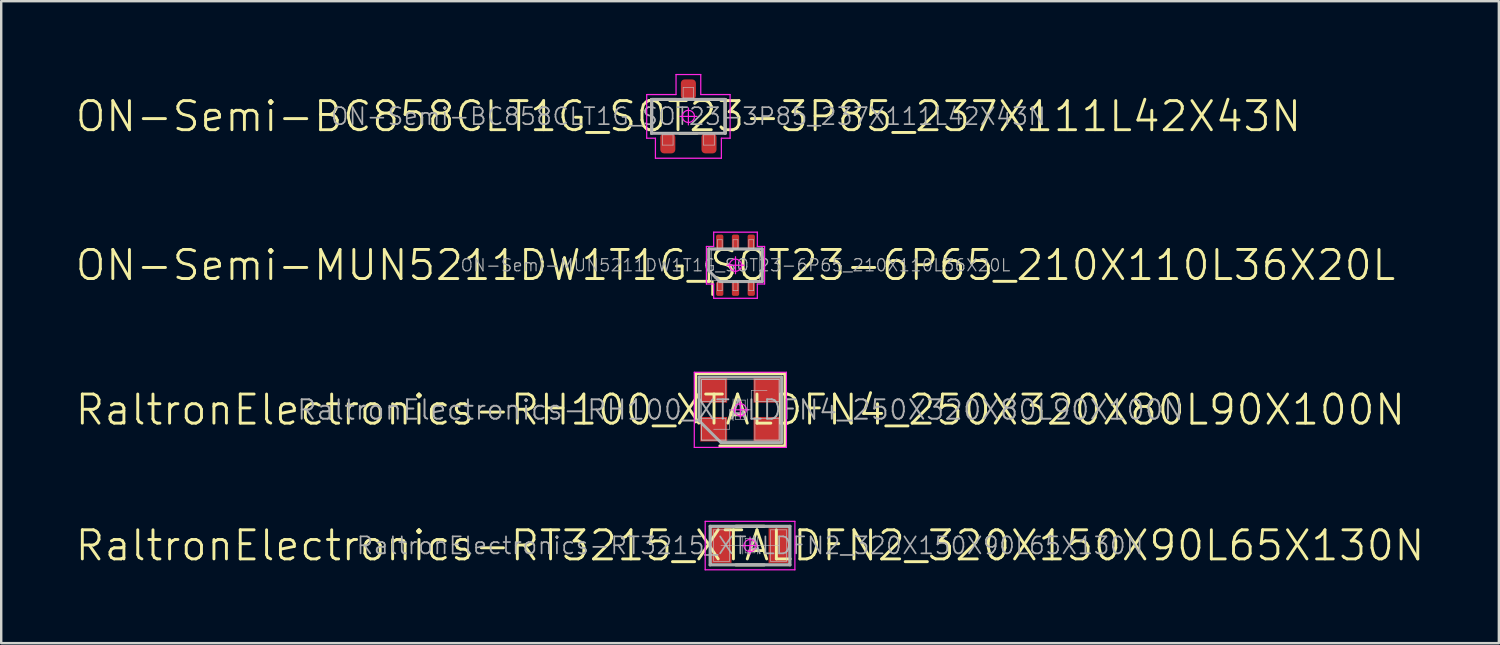
<source format=kicad_pcb>
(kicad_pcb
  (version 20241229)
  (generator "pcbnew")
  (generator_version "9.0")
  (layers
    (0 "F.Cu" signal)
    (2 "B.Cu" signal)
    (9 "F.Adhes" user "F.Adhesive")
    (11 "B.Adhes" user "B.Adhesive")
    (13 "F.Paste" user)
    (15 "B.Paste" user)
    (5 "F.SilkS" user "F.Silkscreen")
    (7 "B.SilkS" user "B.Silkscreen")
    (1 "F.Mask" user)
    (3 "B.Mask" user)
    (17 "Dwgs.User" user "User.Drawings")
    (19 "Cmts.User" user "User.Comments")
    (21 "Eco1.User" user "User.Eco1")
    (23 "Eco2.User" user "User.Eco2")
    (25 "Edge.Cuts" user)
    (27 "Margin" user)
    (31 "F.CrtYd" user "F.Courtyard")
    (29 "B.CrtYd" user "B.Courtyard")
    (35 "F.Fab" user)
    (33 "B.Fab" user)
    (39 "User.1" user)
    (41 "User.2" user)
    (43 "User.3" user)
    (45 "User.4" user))
  (footprint "RaltronElectronics-RH100_XTALDFN4_250X320X80L90X100N"
    (layer "F.Cu")
    (at 27.489 13.855)
    (property "Reference" "RaltronElectronics-RH100_XTALDFN4_250X320X80L90X100N" (at 0 0 0) (layer "F.SilkS") (effects (font (size 1.2 1.2) (thickness 0.12))))
    (attr smd)
    (fp_line (start -1.84 -1.49) (end -1.84 0.497) (stroke (width 0.12) (type solid)) (layer "F.SilkS"))
    (fp_line (start -0.847 1.49) (end 1.84 1.49) (stroke (width 0.12) (type solid)) (layer "F.SilkS"))
    (fp_line (start 1.84 -1.49) (end -1.84 -1.49) (stroke (width 0.12) (type solid)) (layer "F.SilkS"))
    (fp_line (start 1.84 1.49) (end 1.84 -1.49) (stroke (width 0.12) (type solid)) (layer "F.SilkS"))
    (fp_line (start -1.6 -1.25) (end -0.6 -1.25) (stroke (width 0.025) (type solid)) (layer "Dwgs.User"))
    (fp_line (start -1.6 -1.25) (end 1.6 -1.25) (stroke (width 0.025) (type solid)) (layer "Dwgs.User"))
    (fp_line (start -1.6 -0.35) (end -1.6 -1.25) (stroke (width 0.025) (type solid)) (layer "Dwgs.User"))
    (fp_line (start -1.6 0.35) (end -0.6 0.35) (stroke (width 0.025) (type solid)) (layer "Dwgs.User"))
    (fp_line (start -1.6 1.25) (end -1.6 -1.25) (stroke (width 0.025) (type solid)) (layer "Dwgs.User"))
    (fp_line (start -1.6 1.25) (end -1.6 0.35) (stroke (width 0.025) (type solid)) (layer "Dwgs.User"))
    (fp_line (start -1.1 0.8) (end -0.45 0.8) (stroke (width 0.025) (type solid)) (layer "Dwgs.User"))
    (fp_line (start -0.6 -1.25) (end -0.6 -0.35) (stroke (width 0.025) (type solid)) (layer "Dwgs.User"))
    (fp_line (start -0.6 -0.35) (end -1.6 -0.35) (stroke (width 0.025) (type solid)) (layer "Dwgs.User"))
    (fp_line (start -0.6 0.35) (end -0.6 1.25) (stroke (width 0.025) (type solid)) (layer "Dwgs.User"))
    (fp_line (start -0.6 1.25) (end -1.6 1.25) (stroke (width 0.025) (type solid)) (layer "Dwgs.User"))
    (fp_line (start -0.45 0) (end -0.3 0) (stroke (width 0.025) (type solid)) (layer "Dwgs.User"))
    (fp_line (start -0.45 0.8) (end -0.45 0) (stroke (width 0.025) (type solid)) (layer "Dwgs.User"))
    (fp_line (start -0.3 -0.45) (end -0.3 0.45) (stroke (width 0.025) (type solid)) (layer "Dwgs.User"))
    (fp_line (start -0.2 -0.4) (end -0.2 0.4) (stroke (width 0.025) (type solid)) (layer "Dwgs.User"))
    (fp_line (start -0.2 0.4) (end 0.2 0.4) (stroke (width 0.025) (type solid)) (layer "Dwgs.User"))
    (fp_line (start 0.2 -0.4) (end -0.2 -0.4) (stroke (width 0.025) (type solid)) (layer "Dwgs.User"))
    (fp_line (start 0.2 0.4) (end 0.2 -0.4) (stroke (width 0.025) (type solid)) (layer "Dwgs.User"))
    (fp_line (start 0.3 0) (end 0.45 0) (stroke (width 0.025) (type solid)) (layer "Dwgs.User"))
    (fp_line (start 0.3 0.45) (end 0.3 -0.45) (stroke (width 0.025) (type solid)) (layer "Dwgs.User"))
    (fp_line (start 0.45 -0.8) (end 1.1 -0.8) (stroke (width 0.025) (type solid)) (layer "Dwgs.User"))
    (fp_line (start 0.45 0) (end 0.45 -0.8) (stroke (width 0.025) (type solid)) (layer "Dwgs.User"))
    (fp_line (start 0.6 -1.25) (end 1.6 -1.25) (stroke (width 0.025) (type solid)) (layer "Dwgs.User"))
    (fp_line (start 0.6 -0.35) (end 0.6 -1.25) (stroke (width 0.025) (type solid)) (layer "Dwgs.User"))
    (fp_line (start 0.6 0.35) (end 1.6 0.35) (stroke (width 0.025) (type solid)) (layer "Dwgs.User"))
    (fp_line (start 0.6 1.25) (end 0.6 0.35) (stroke (width 0.025) (type solid)) (layer "Dwgs.User"))
    (fp_line (start 1.6 -1.25) (end 1.6 -0.35) (stroke (width 0.025) (type solid)) (layer "Dwgs.User"))
    (fp_line (start 1.6 -1.25) (end 1.6 1.25) (stroke (width 0.025) (type solid)) (layer "Dwgs.User"))
    (fp_line (start 1.6 -0.35) (end 0.6 -0.35) (stroke (width 0.025) (type solid)) (layer "Dwgs.User"))
    (fp_line (start 1.6 0.35) (end 1.6 1.25) (stroke (width 0.025) (type solid)) (layer "Dwgs.User"))
    (fp_line (start 1.6 1.25) (end -1.6 1.25) (stroke (width 0.025) (type solid)) (layer "Dwgs.User"))
    (fp_line (start 1.6 1.25) (end 0.6 1.25) (stroke (width 0.025) (type solid)) (layer "Dwgs.User"))
    (fp_line (start -1.9 -1.55) (end 1.9 -1.55) (stroke (width 0.05) (type solid)) (layer "F.CrtYd"))
    (fp_line (start -1.9 1.55) (end -1.9 -1.55) (stroke (width 0.05) (type solid)) (layer "F.CrtYd"))
    (fp_line (start -0.35 0) (end 0.35 0) (stroke (width 0.05) (type solid)) (layer "F.CrtYd"))
    (fp_line (start 0 -0.35) (end 0 0.35) (stroke (width 0.05) (type solid)) (layer "F.CrtYd"))
    (fp_line (start 1.9 -1.55) (end 1.9 1.55) (stroke (width 0.05) (type solid)) (layer "F.CrtYd"))
    (fp_line (start 1.9 1.55) (end -1.9 1.55) (stroke (width 0.05) (type solid)) (layer "F.CrtYd"))
    (fp_circle (center 0 0) (end 0 0.25) (stroke (width 0.05) (type solid)) (fill no) (layer "F.CrtYd"))
    (fp_line (start -1.7 -1.35) (end 1.7 -1.35) (stroke (width 0.12) (type solid)) (layer "F.Fab"))
    (fp_line (start -1.7 0.45) (end -1.7 -1.35) (stroke (width 0.12) (type solid)) (layer "F.Fab"))
    (fp_line (start -0.8 1.35) (end -1.7 0.45) (stroke (width 0.12) (type solid)) (layer "F.Fab"))
    (fp_line (start 1.7 -1.35) (end 1.7 1.35) (stroke (width 0.12) (type solid)) (layer "F.Fab"))
    (fp_line (start 1.7 1.35) (end -0.8 1.35) (stroke (width 0.12) (type solid)) (layer "F.Fab"))
    (fp_text user "${REFERENCE}" (at 0 0 0) (layer "F.Fab") (effects (font (size 0.8 0.8) (thickness 0.08))))
    (pad "1" smd rect (at -1.1 0.8 90) (size 1.01 1.11) (layers "F.Cu" "F.Mask" "F.Paste"))
    (pad "2" smd rect (at 1.1 0.8 90) (size 1.01 1.11) (layers "F.Cu" "F.Mask" "F.Paste"))
    (pad "3" smd rect (at 1.1 -0.8 90) (size 1.01 1.11) (layers "F.Cu" "F.Mask" "F.Paste"))
    (pad "4" smd rect (at -1.1 -0.8 90) (size 1.01 1.11) (layers "F.Cu" "F.Mask" "F.Paste")))
  (footprint "RaltronElectronics-RT3215_XTALDFN2_320X150X90L65X130N"
    (layer "F.Cu")
    (at 27.889 19.455)
    (property "Reference" "RaltronElectronics-RT3215_XTALDFN2_320X150X90L65X130N" (at 0 0 0) (layer "F.SilkS") (effects (font (size 1.2 1.2) (thickness 0.12))))
    (attr smd)
    (fp_line (start -0.585 -0.8) (end 0.585 -0.8) (stroke (width 0.12) (type solid)) (layer "F.SilkS"))
    (fp_line (start -0.585 0.8) (end 0.585 0.8) (stroke (width 0.12) (type solid)) (layer "F.SilkS"))
    (fp_line (start -1.6 -0.75) (end 1.6 -0.75) (stroke (width 0.025) (type solid)) (layer "Dwgs.User"))
    (fp_line (start -1.6 0.75) (end -1.6 -0.75) (stroke (width 0.025) (type solid)) (layer "Dwgs.User"))
    (fp_line (start -1.5 -0.65) (end -0.85 -0.65) (stroke (width 0.025) (type solid)) (layer "Dwgs.User"))
    (fp_line (start -1.5 0.65) (end -1.5 -0.65) (stroke (width 0.025) (type solid)) (layer "Dwgs.User"))
    (fp_line (start -1.2 0) (end -0.3 0) (stroke (width 0.025) (type solid)) (layer "Dwgs.User"))
    (fp_line (start -0.85 -0.65) (end -0.85 0.65) (stroke (width 0.025) (type solid)) (layer "Dwgs.User"))
    (fp_line (start -0.85 0.65) (end -1.5 0.65) (stroke (width 0.025) (type solid)) (layer "Dwgs.User"))
    (fp_line (start -0.3 -0.35) (end -0.3 0.35) (stroke (width 0.025) (type solid)) (layer "Dwgs.User"))
    (fp_line (start -0.2 -0.3) (end 0.2 -0.3) (stroke (width 0.025) (type solid)) (layer "Dwgs.User"))
    (fp_line (start -0.2 0.3) (end -0.2 -0.3) (stroke (width 0.025) (type solid)) (layer "Dwgs.User"))
    (fp_line (start 0.2 -0.3) (end 0.2 0.3) (stroke (width 0.025) (type solid)) (layer "Dwgs.User"))
    (fp_line (start 0.2 0.3) (end -0.2 0.3) (stroke (width 0.025) (type solid)) (layer "Dwgs.User"))
    (fp_line (start 0.3 -0.35) (end 0.3 0.35) (stroke (width 0.025) (type solid)) (layer "Dwgs.User"))
    (fp_line (start 0.3 0) (end 1.2 0) (stroke (width 0.025) (type solid)) (layer "Dwgs.User"))
    (fp_line (start 0.85 -0.65) (end 1.5 -0.65) (stroke (width 0.025) (type solid)) (layer "Dwgs.User"))
    (fp_line (start 0.85 0.65) (end 0.85 -0.65) (stroke (width 0.025) (type solid)) (layer "Dwgs.User"))
    (fp_line (start 1.5 -0.65) (end 1.5 0.65) (stroke (width 0.025) (type solid)) (layer "Dwgs.User"))
    (fp_line (start 1.5 0.65) (end 0.85 0.65) (stroke (width 0.025) (type solid)) (layer "Dwgs.User"))
    (fp_line (start 1.6 -0.75) (end 1.6 0.75) (stroke (width 0.025) (type solid)) (layer "Dwgs.User"))
    (fp_line (start 1.6 0.75) (end -1.6 0.75) (stroke (width 0.025) (type solid)) (layer "Dwgs.User"))
    (fp_line (start -1.85 -1) (end 1.85 -1) (stroke (width 0.05) (type solid)) (layer "F.CrtYd"))
    (fp_line (start -1.85 1) (end -1.85 -1) (stroke (width 0.05) (type solid)) (layer "F.CrtYd"))
    (fp_line (start 0 -0.35) (end 0 0.35) (stroke (width 0.05) (type solid)) (layer "F.CrtYd"))
    (fp_line (start 0.35 0) (end -0.35 0) (stroke (width 0.05) (type solid)) (layer "F.CrtYd"))
    (fp_line (start 1.85 -1) (end 1.85 1) (stroke (width 0.05) (type solid)) (layer "F.CrtYd"))
    (fp_line (start 1.85 1) (end -1.85 1) (stroke (width 0.05) (type solid)) (layer "F.CrtYd"))
    (fp_circle (center 0 0) (end 0 0.25) (stroke (width 0.05) (type solid)) (fill no) (layer "F.CrtYd"))
    (fp_line (start -1.65 -0.8) (end 1.65 -0.8) (stroke (width 0.12) (type solid)) (layer "F.Fab"))
    (fp_line (start -1.65 0.8) (end -1.65 -0.8) (stroke (width 0.12) (type solid)) (layer "F.Fab"))
    (fp_line (start 1.65 -0.8) (end 1.65 0.8) (stroke (width 0.12) (type solid)) (layer "F.Fab"))
    (fp_line (start 1.65 0.8) (end -1.65 0.8) (stroke (width 0.12) (type solid)) (layer "F.Fab"))
    (fp_text user "${REFERENCE}" (at 0 0 0) (layer "F.Fab") (effects (font (size 0.7 0.7) (thickness 0.07))))
    (pad "1" smd rect (at -1.175 0) (size 0.82 1.43) (layers "F.Cu" "F.Mask" "F.Paste"))
    (pad "2" smd rect (at 1.175 0) (size 0.82 1.43) (layers "F.Cu" "F.Mask" "F.Paste")))
  (footprint "ON-Semi-MUN5211DW1T1G_SOT23-6P65_210X110L36X20L"
    (layer "F.Cu")
    (at 27.289 7.891)
    (property "Reference" "ON-Semi-MUN5211DW1T1G_SOT23-6P65_210X110L36X20L" (at 0 0 0) (layer "F.SilkS") (effects (font (size 1.2 1.2) (thickness 0.12))))
    (attr smd)
    (fp_line (start -1.1 0.675) (end -1.1 -0.675) (stroke (width 0.1) (type solid)) (layer "F.SilkS"))
    (fp_line (start -0.95 0.675) (end -0.95 1.214) (stroke (width 0.1) (type solid)) (layer "F.SilkS"))
    (fp_line (start 1.1 -0.675) (end 1.1 0.675) (stroke (width 0.1) (type solid)) (layer "F.SilkS"))
    (fp_line (start -1 -0.625) (end 1 -0.625) (stroke (width 0.025) (type solid)) (layer "Dwgs.User"))
    (fp_line (start -1 0.625) (end -1 -0.625) (stroke (width 0.025) (type solid)) (layer "Dwgs.User"))
    (fp_line (start -0.75 -1.05) (end -0.55 -1.05) (stroke (width 0.025) (type solid)) (layer "Dwgs.User"))
    (fp_line (start -0.75 -0.69) (end -0.75 -1.05) (stroke (width 0.025) (type solid)) (layer "Dwgs.User"))
    (fp_line (start -0.75 0.69) (end -0.55 0.69) (stroke (width 0.025) (type solid)) (layer "Dwgs.User"))
    (fp_line (start -0.75 1.05) (end -0.75 0.69) (stroke (width 0.025) (type solid)) (layer "Dwgs.User"))
    (fp_line (start -0.55 -1.05) (end -0.55 -0.69) (stroke (width 0.025) (type solid)) (layer "Dwgs.User"))
    (fp_line (start -0.55 -0.69) (end -0.75 -0.69) (stroke (width 0.025) (type solid)) (layer "Dwgs.User"))
    (fp_line (start -0.55 0.69) (end -0.55 1.05) (stroke (width 0.025) (type solid)) (layer "Dwgs.User"))
    (fp_line (start -0.55 1.05) (end -0.75 1.05) (stroke (width 0.025) (type solid)) (layer "Dwgs.User"))
    (fp_line (start -0.1 -1.05) (end 0.1 -1.05) (stroke (width 0.025) (type solid)) (layer "Dwgs.User"))
    (fp_line (start -0.1 -0.69) (end -0.1 -1.05) (stroke (width 0.025) (type solid)) (layer "Dwgs.User"))
    (fp_line (start -0.1 0.69) (end 0.1 0.69) (stroke (width 0.025) (type solid)) (layer "Dwgs.User"))
    (fp_line (start -0.1 1.05) (end -0.1 0.69) (stroke (width 0.025) (type solid)) (layer "Dwgs.User"))
    (fp_line (start 0.1 -1.05) (end 0.1 -0.69) (stroke (width 0.025) (type solid)) (layer "Dwgs.User"))
    (fp_line (start 0.1 -0.69) (end -0.1 -0.69) (stroke (width 0.025) (type solid)) (layer "Dwgs.User"))
    (fp_line (start 0.1 0.69) (end 0.1 1.05) (stroke (width 0.025) (type solid)) (layer "Dwgs.User"))
    (fp_line (start 0.1 1.05) (end -0.1 1.05) (stroke (width 0.025) (type solid)) (layer "Dwgs.User"))
    (fp_line (start 0.55 -1.05) (end 0.75 -1.05) (stroke (width 0.025) (type solid)) (layer "Dwgs.User"))
    (fp_line (start 0.55 -0.69) (end 0.55 -1.05) (stroke (width 0.025) (type solid)) (layer "Dwgs.User"))
    (fp_line (start 0.55 0.69) (end 0.75 0.69) (stroke (width 0.025) (type solid)) (layer "Dwgs.User"))
    (fp_line (start 0.55 1.05) (end 0.55 0.69) (stroke (width 0.025) (type solid)) (layer "Dwgs.User"))
    (fp_line (start 0.75 -1.05) (end 0.75 -0.69) (stroke (width 0.025) (type solid)) (layer "Dwgs.User"))
    (fp_line (start 0.75 -0.69) (end 0.55 -0.69) (stroke (width 0.025) (type solid)) (layer "Dwgs.User"))
    (fp_line (start 0.75 0.69) (end 0.75 1.05) (stroke (width 0.025) (type solid)) (layer "Dwgs.User"))
    (fp_line (start 0.75 1.05) (end 0.55 1.05) (stroke (width 0.025) (type solid)) (layer "Dwgs.User"))
    (fp_line (start 1 -0.625) (end 1 0.625) (stroke (width 0.025) (type solid)) (layer "Dwgs.User"))
    (fp_line (start 1 0.625) (end -1 0.625) (stroke (width 0.025) (type solid)) (layer "Dwgs.User"))
    (fp_line (start -1.2 -0.775) (end -1.2 0.775) (stroke (width 0.05) (type solid)) (layer "F.CrtYd"))
    (fp_line (start -1.2 0.775) (end -0.9 0.775) (stroke (width 0.05) (type solid)) (layer "F.CrtYd"))
    (fp_line (start -0.9 -1.364) (end -0.9 -0.775) (stroke (width 0.05) (type solid)) (layer "F.CrtYd"))
    (fp_line (start -0.9 -0.775) (end -1.2 -0.775) (stroke (width 0.05) (type solid)) (layer "F.CrtYd"))
    (fp_line (start -0.9 0.775) (end -0.9 1.364) (stroke (width 0.05) (type solid)) (layer "F.CrtYd"))
    (fp_line (start -0.9 1.364) (end 0.9 1.364) (stroke (width 0.05) (type solid)) (layer "F.CrtYd"))
    (fp_line (start -0.35 0) (end 0.35 0) (stroke (width 0.05) (type solid)) (layer "F.CrtYd"))
    (fp_line (start 0 -0.35) (end 0 0.35) (stroke (width 0.05) (type solid)) (layer "F.CrtYd"))
    (fp_line (start 0.9 -1.364) (end -0.9 -1.364) (stroke (width 0.05) (type solid)) (layer "F.CrtYd"))
    (fp_line (start 0.9 -0.775) (end 0.9 -1.364) (stroke (width 0.05) (type solid)) (layer "F.CrtYd"))
    (fp_line (start 0.9 0.775) (end 1.2 0.775) (stroke (width 0.05) (type solid)) (layer "F.CrtYd"))
    (fp_line (start 0.9 1.364) (end 0.9 0.775) (stroke (width 0.05) (type solid)) (layer "F.CrtYd"))
    (fp_line (start 1.2 -0.775) (end 0.9 -0.775) (stroke (width 0.05) (type solid)) (layer "F.CrtYd"))
    (fp_line (start 1.2 0.775) (end 1.2 -0.775) (stroke (width 0.05) (type solid)) (layer "F.CrtYd"))
    (fp_circle (center 0 0) (end 0 0.25) (stroke (width 0.05) (type solid)) (fill no) (layer "F.CrtYd"))
    (fp_line (start -1.1 -0.675) (end 1.1 -0.675) (stroke (width 0.12) (type solid)) (layer "F.Fab"))
    (fp_line (start -1.1 0.225) (end -1.1 -0.675) (stroke (width 0.12) (type solid)) (layer "F.Fab"))
    (fp_line (start -0.65 0.675) (end -1.1 0.225) (stroke (width 0.12) (type solid)) (layer "F.Fab"))
    (fp_line (start 1.1 -0.675) (end 1.1 0.675) (stroke (width 0.12) (type solid)) (layer "F.Fab"))
    (fp_line (start 1.1 0.675) (end -0.65 0.675) (stroke (width 0.12) (type solid)) (layer "F.Fab"))
    (fp_text user "${REFERENCE}" (at 0 0 0) (layer "F.Fab") (effects (font (size 0.5 0.5) (thickness 0.05))))
    (pad "1" smd roundrect (at -0.65 0.97 90) (size 0.589 0.3) (layers "F.Cu" "F.Mask" "F.Paste") (roundrect_rratio 0.25))
    (pad "2" smd roundrect (at 0 0.97 90) (size 0.589 0.3) (layers "F.Cu" "F.Mask" "F.Paste") (roundrect_rratio 0.25))
    (pad "3" smd roundrect (at 0.65 0.97 90) (size 0.589 0.3) (layers "F.Cu" "F.Mask" "F.Paste") (roundrect_rratio 0.25))
    (pad "4" smd roundrect (at 0.65 -0.97 90) (size 0.589 0.3) (layers "F.Cu" "F.Mask" "F.Paste") (roundrect_rratio 0.25))
    (pad "5" smd roundrect (at 0 -0.97 90) (size 0.589 0.3) (layers "F.Cu" "F.Mask" "F.Paste") (roundrect_rratio 0.25))
    (pad "6" smd roundrect (at -0.65 -0.97 90) (size 0.589 0.3) (layers "F.Cu" "F.Mask" "F.Paste") (roundrect_rratio 0.25)))
  (footprint "ON-Semi-BC858CLT1G_SOT23-3P85_237X111L42X43N"
    (layer "F.Cu")
    (at 25.346 1.751)
    (property "Reference" "ON-Semi-BC858CLT1G_SOT23-3P85_237X111L42X43N" (at 0 0 0) (layer "F.SilkS") (effects (font (size 1.2 1.2) (thickness 0.12))))
    (attr smd)
    (fp_line (start -1.52 -0.7) (end -0.49 -0.7) (stroke (width 0.12) (type solid)) (layer "F.SilkS"))
    (fp_line (start -1.52 0.7) (end -1.52 -0.7) (stroke (width 0.12) (type solid)) (layer "F.SilkS"))
    (fp_line (start 0.36 0.7) (end -0.36 0.7) (stroke (width 0.12) (type solid)) (layer "F.SilkS"))
    (fp_line (start 0.49 -0.7) (end 1.52 -0.7) (stroke (width 0.12) (type solid)) (layer "F.SilkS"))
    (fp_line (start 1.52 -0.7) (end 1.52 0.7) (stroke (width 0.12) (type solid)) (layer "F.SilkS"))
    (fp_line (start -1.46 -0.65) (end 1.46 -0.65) (stroke (width 0.025) (type solid)) (layer "Dwgs.User"))
    (fp_line (start -1.46 0.65) (end -1.46 -0.65) (stroke (width 0.025) (type solid)) (layer "Dwgs.User"))
    (fp_line (start -1.067 0.76) (end -0.632 0.76) (stroke (width 0.025) (type solid)) (layer "Dwgs.User"))
    (fp_line (start -1.067 1.185) (end -1.067 0.76) (stroke (width 0.025) (type solid)) (layer "Dwgs.User"))
    (fp_line (start -0.632 0.76) (end -0.632 1.185) (stroke (width 0.025) (type solid)) (layer "Dwgs.User"))
    (fp_line (start -0.632 1.185) (end -1.067 1.185) (stroke (width 0.025) (type solid)) (layer "Dwgs.User"))
    (fp_line (start -0.217 -1.185) (end 0.217 -1.185) (stroke (width 0.025) (type solid)) (layer "Dwgs.User"))
    (fp_line (start -0.217 -0.76) (end -0.217 -1.185) (stroke (width 0.025) (type solid)) (layer "Dwgs.User"))
    (fp_line (start 0.217 -1.185) (end 0.217 -0.76) (stroke (width 0.025) (type solid)) (layer "Dwgs.User"))
    (fp_line (start 0.217 -0.76) (end -0.217 -0.76) (stroke (width 0.025) (type solid)) (layer "Dwgs.User"))
    (fp_line (start 0.632 0.76) (end 1.067 0.76) (stroke (width 0.025) (type solid)) (layer "Dwgs.User"))
    (fp_line (start 0.632 1.185) (end 0.632 0.76) (stroke (width 0.025) (type solid)) (layer "Dwgs.User"))
    (fp_line (start 1.067 0.76) (end 1.067 1.185) (stroke (width 0.025) (type solid)) (layer "Dwgs.User"))
    (fp_line (start 1.067 1.185) (end 0.632 1.185) (stroke (width 0.025) (type solid)) (layer "Dwgs.User"))
    (fp_line (start 1.46 -0.65) (end 1.46 0.65) (stroke (width 0.025) (type solid)) (layer "Dwgs.User"))
    (fp_line (start 1.46 0.65) (end -1.46 0.65) (stroke (width 0.025) (type solid)) (layer "Dwgs.User"))
    (fp_line (start -1.72 -0.9) (end -1.72 0.9) (stroke (width 0.05) (type solid)) (layer "F.CrtYd"))
    (fp_line (start -1.72 0.9) (end -1.36 0.9) (stroke (width 0.05) (type solid)) (layer "F.CrtYd"))
    (fp_line (start -1.36 0.9) (end -1.36 1.726) (stroke (width 0.05) (type solid)) (layer "F.CrtYd"))
    (fp_line (start -1.36 1.726) (end 1.36 1.726) (stroke (width 0.05) (type solid)) (layer "F.CrtYd"))
    (fp_line (start -0.51 -1.726) (end -0.51 -0.9) (stroke (width 0.05) (type solid)) (layer "F.CrtYd"))
    (fp_line (start -0.51 -0.9) (end -1.72 -0.9) (stroke (width 0.05) (type solid)) (layer "F.CrtYd"))
    (fp_line (start -0.35 0) (end 0.35 0) (stroke (width 0.05) (type solid)) (layer "F.CrtYd"))
    (fp_line (start 0 -0.35) (end 0 0.35) (stroke (width 0.05) (type solid)) (layer "F.CrtYd"))
    (fp_line (start 0.51 -1.726) (end -0.51 -1.726) (stroke (width 0.05) (type solid)) (layer "F.CrtYd"))
    (fp_line (start 0.51 -0.9) (end 0.51 -1.726) (stroke (width 0.05) (type solid)) (layer "F.CrtYd"))
    (fp_line (start 1.36 0.9) (end 1.72 0.9) (stroke (width 0.05) (type solid)) (layer "F.CrtYd"))
    (fp_line (start 1.36 1.726) (end 1.36 0.9) (stroke (width 0.05) (type solid)) (layer "F.CrtYd"))
    (fp_line (start 1.72 -0.9) (end 0.51 -0.9) (stroke (width 0.05) (type solid)) (layer "F.CrtYd"))
    (fp_line (start 1.72 0.9) (end 1.72 -0.9) (stroke (width 0.05) (type solid)) (layer "F.CrtYd"))
    (fp_circle (center 0 0) (end 0 0.25) (stroke (width 0.05) (type solid)) (fill no) (layer "F.CrtYd"))
    (fp_line (start -1.52 -0.7) (end 1.52 -0.7) (stroke (width 0.12) (type solid)) (layer "F.Fab"))
    (fp_line (start -1.52 0.7) (end -1.52 -0.7) (stroke (width 0.12) (type solid)) (layer "F.Fab"))
    (fp_line (start 1.52 -0.7) (end 1.52 0.7) (stroke (width 0.12) (type solid)) (layer "F.Fab"))
    (fp_line (start 1.52 0.7) (end -1.52 0.7) (stroke (width 0.12) (type solid)) (layer "F.Fab"))
    (fp_text user "${REFERENCE}" (at 0 0 0) (layer "F.Fab") (effects (font (size 0.7 0.7) (thickness 0.07))))
    (pad "1" smd roundrect (at -0.85 1.113 90) (size 0.825 0.621) (layers "F.Cu" "F.Mask" "F.Paste") (roundrect_rratio 0.25))
    (pad "2" smd roundrect (at 0.85 1.113 90) (size 0.825 0.621) (layers "F.Cu" "F.Mask" "F.Paste") (roundrect_rratio 0.25))
    (pad "3" smd roundrect (at 0 -1.113 90) (size 0.825 0.621) (layers "F.Cu" "F.Mask" "F.Paste") (roundrect_rratio 0.25)))
  (gr_rect
    (start -3 -3)
    (end 58.777 23.48)
    (stroke (width 0.1) (type default))
    (fill no)
    (layer "Edge.Cuts")))
</source>
